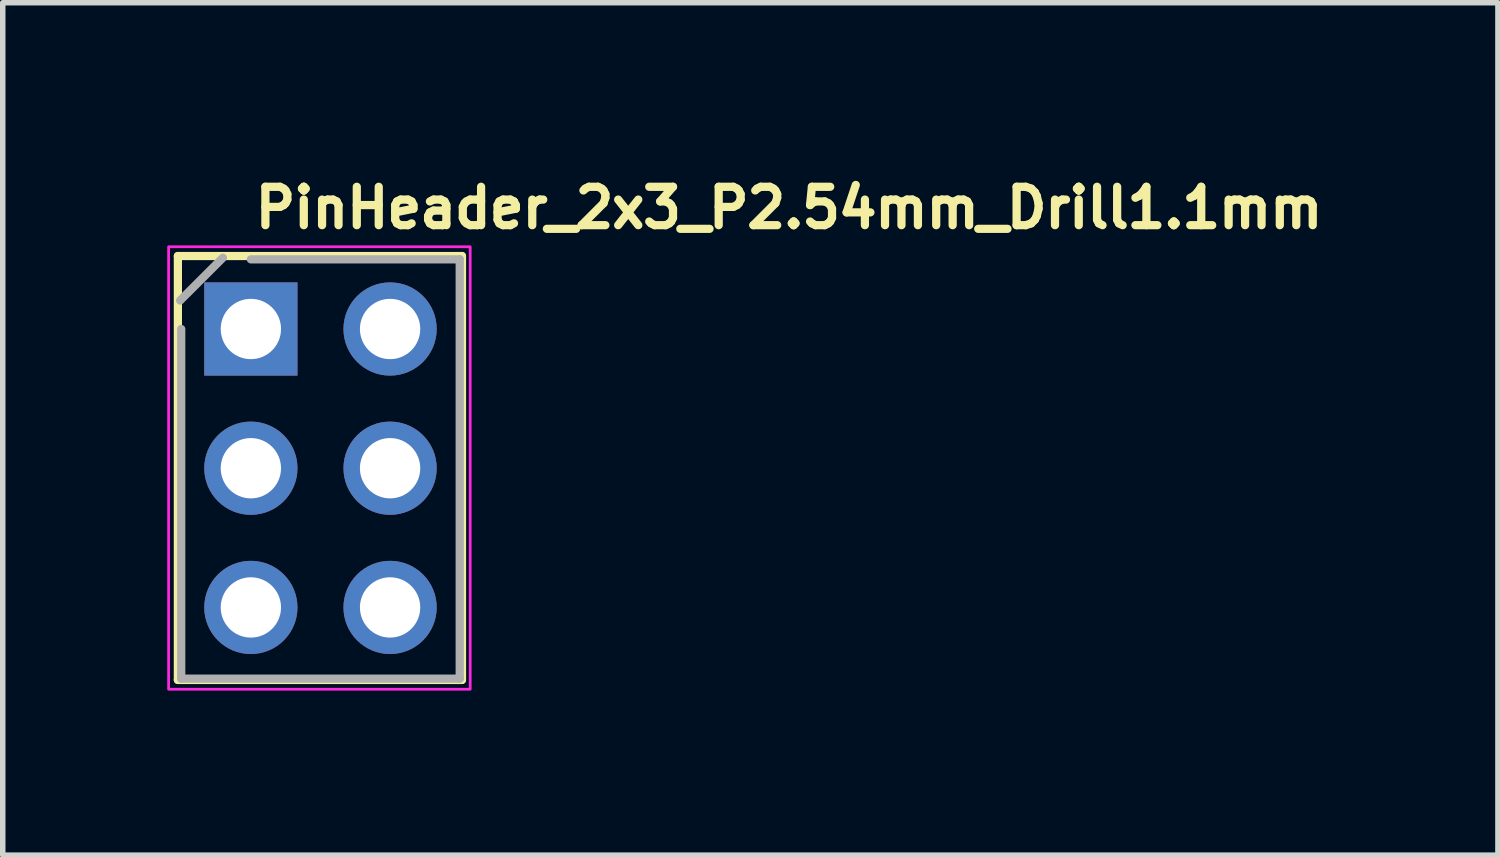
<source format=kicad_pcb>
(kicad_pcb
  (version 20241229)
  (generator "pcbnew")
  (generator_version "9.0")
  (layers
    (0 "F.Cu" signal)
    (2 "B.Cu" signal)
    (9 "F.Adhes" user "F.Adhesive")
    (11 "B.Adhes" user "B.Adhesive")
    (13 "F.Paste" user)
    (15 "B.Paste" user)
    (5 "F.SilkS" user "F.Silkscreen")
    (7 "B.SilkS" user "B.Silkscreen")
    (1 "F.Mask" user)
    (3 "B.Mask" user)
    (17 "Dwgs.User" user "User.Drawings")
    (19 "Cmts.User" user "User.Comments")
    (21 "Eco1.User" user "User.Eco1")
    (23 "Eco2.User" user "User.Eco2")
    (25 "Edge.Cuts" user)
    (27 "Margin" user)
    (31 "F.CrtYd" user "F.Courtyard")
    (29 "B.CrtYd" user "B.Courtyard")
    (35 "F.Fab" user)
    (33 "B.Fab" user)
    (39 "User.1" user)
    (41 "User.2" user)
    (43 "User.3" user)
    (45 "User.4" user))
  (footprint "PinHeader_2x3_P2.54mm_Drill1.1mm"
    (layer "F.Cu")
    (at 1.525 2.95)
    (property "Reference" "PinHeader_2x3_P2.54mm_Drill1.1mm" (at 0 -1.8 0) (layer "F.SilkS") (effects (font (size 0.7 0.7) (thickness 0.15)) (justify left bottom)))
    (attr through_hole)
    (fp_line (start -1.331 -1.331) (end -1.331 6.4) (stroke (width 0.15) (type solid)) (layer "F.SilkS"))
    (fp_line (start -1.331 -1.331) (end 3.85 -1.331) (stroke (width 0.15) (type solid)) (layer "F.SilkS"))
    (fp_line (start -1.331 6.4) (end 3.85 6.4) (stroke (width 0.15) (type solid)) (layer "F.SilkS"))
    (fp_line (start 3.85 -1.331) (end 3.85 6.4) (stroke (width 0.15) (type solid)) (layer "F.SilkS"))
    (fp_rect (start -1.5 -1.5) (end 4 6.57) (stroke (width 0.05) (type solid)) (fill no) (layer "F.CrtYd"))
    (fp_line (start -1.29 -0.52) (end -0.51 -1.3) (stroke (width 0.15) (type solid)) (layer "F.Fab"))
    (fp_line (start -1.27 6.376) (end -1.27 0) (stroke (width 0.15) (type solid)) (layer "F.Fab"))
    (fp_line (start 0 -1.27) (end 3.809 -1.27) (stroke (width 0.15) (type solid)) (layer "F.Fab"))
    (fp_line (start 3.809 -1.27) (end 3.809 6.376) (stroke (width 0.15) (type solid)) (layer "F.Fab"))
    (fp_line (start 3.809 6.376) (end -1.27 6.376) (stroke (width 0.15) (type solid)) (layer "F.Fab"))
    (fp_rect (start -1.281 -1.28) (end 3.797 6.339) (stroke (width 0.1) (type solid)) (fill no) (layer "User.5"))
    (fp_line (start -1.281 -1.031) (end -1.281 1.009) (stroke (width 0.02) (type solid)) (layer "User.9"))
    (fp_line (start -1.281 -1.031) (end -0.782 -1.28) (stroke (width 0.02) (type solid)) (layer "User.9"))
    (fp_line (start -1.281 1.509) (end -1.281 3.547) (stroke (width 0.02) (type solid)) (layer "User.9"))
    (fp_line (start -1.281 1.509) (end -0.782 1.259) (stroke (width 0.02) (type solid)) (layer "User.9"))
    (fp_line (start -1.281 4.049) (end -1.281 6.089) (stroke (width 0.02) (type solid)) (layer "User.9"))
    (fp_line (start -1.281 4.049) (end -0.782 3.797) (stroke (width 0.02) (type solid)) (layer "User.9"))
    (fp_line (start -0.782 1.259) (end -1.281 1.009) (stroke (width 0.02) (type solid)) (layer "User.9"))
    (fp_line (start -0.782 3.797) (end -1.281 3.547) (stroke (width 0.02) (type solid)) (layer "User.9"))
    (fp_line (start -0.782 6.339) (end -1.281 6.089) (stroke (width 0.02) (type solid)) (layer "User.9"))
    (fp_line (start -0.332 -0.333) (end 0.307 -0.333) (stroke (width 0.02) (type solid)) (layer "User.9"))
    (fp_line (start -0.332 0.308) (end -0.332 -0.333) (stroke (width 0.02) (type solid)) (layer "User.9"))
    (fp_line (start -0.332 0.308) (end -0.133 0.108) (stroke (width 0.02) (type solid)) (layer "User.9"))
    (fp_line (start -0.332 2.209) (end 0.307 2.209) (stroke (width 0.02) (type solid)) (layer "User.9"))
    (fp_line (start -0.332 2.849) (end -0.332 2.209) (stroke (width 0.02) (type solid)) (layer "User.9"))
    (fp_line (start -0.332 2.849) (end -0.133 2.648) (stroke (width 0.02) (type solid)) (layer "User.9"))
    (fp_line (start -0.332 4.748) (end 0.307 4.748) (stroke (width 0.02) (type solid)) (layer "User.9"))
    (fp_line (start -0.332 5.389) (end -0.332 4.748) (stroke (width 0.02) (type solid)) (layer "User.9"))
    (fp_line (start -0.332 5.389) (end -0.133 5.19) (stroke (width 0.02) (type solid)) (layer "User.9"))
    (fp_line (start -0.133 -0.133) (end -0.332 -0.333) (stroke (width 0.02) (type solid)) (layer "User.9"))
    (fp_line (start -0.133 -0.133) (end -0.133 0.108) (stroke (width 0.02) (type solid)) (layer "User.9"))
    (fp_line (start -0.133 0.108) (end 0.107 0.108) (stroke (width 0.02) (type solid)) (layer "User.9"))
    (fp_line (start -0.133 2.407) (end -0.332 2.209) (stroke (width 0.02) (type solid)) (layer "User.9"))
    (fp_line (start -0.133 2.407) (end -0.133 2.648) (stroke (width 0.02) (type solid)) (layer "User.9"))
    (fp_line (start -0.133 2.648) (end 0.107 2.648) (stroke (width 0.02) (type solid)) (layer "User.9"))
    (fp_line (start -0.133 4.95) (end -0.332 4.748) (stroke (width 0.02) (type solid)) (layer "User.9"))
    (fp_line (start -0.133 4.95) (end -0.133 5.19) (stroke (width 0.02) (type solid)) (layer "User.9"))
    (fp_line (start -0.133 5.19) (end 0.107 5.19) (stroke (width 0.02) (type solid)) (layer "User.9"))
    (fp_line (start 0.107 -0.133) (end -0.133 -0.133) (stroke (width 0.02) (type solid)) (layer "User.9"))
    (fp_line (start 0.107 -0.133) (end 0.307 -0.333) (stroke (width 0.02) (type solid)) (layer "User.9"))
    (fp_line (start 0.107 0.108) (end 0.107 -0.133) (stroke (width 0.02) (type solid)) (layer "User.9"))
    (fp_line (start 0.107 0.108) (end 0.307 0.308) (stroke (width 0.02) (type solid)) (layer "User.9"))
    (fp_line (start 0.107 2.407) (end -0.133 2.407) (stroke (width 0.02) (type solid)) (layer "User.9"))
    (fp_line (start 0.107 2.407) (end 0.307 2.209) (stroke (width 0.02) (type solid)) (layer "User.9"))
    (fp_line (start 0.107 2.648) (end 0.107 2.407) (stroke (width 0.02) (type solid)) (layer "User.9"))
    (fp_line (start 0.107 2.648) (end 0.307 2.849) (stroke (width 0.02) (type solid)) (layer "User.9"))
    (fp_line (start 0.107 4.95) (end -0.133 4.95) (stroke (width 0.02) (type solid)) (layer "User.9"))
    (fp_line (start 0.107 4.95) (end 0.307 4.748) (stroke (width 0.02) (type solid)) (layer "User.9"))
    (fp_line (start 0.107 5.19) (end 0.107 4.95) (stroke (width 0.02) (type solid)) (layer "User.9"))
    (fp_line (start 0.107 5.19) (end 0.307 5.389) (stroke (width 0.02) (type solid)) (layer "User.9"))
    (fp_line (start 0.307 -0.333) (end 0.307 0.308) (stroke (width 0.02) (type solid)) (layer "User.9"))
    (fp_line (start 0.307 0.308) (end -0.332 0.308) (stroke (width 0.02) (type solid)) (layer "User.9"))
    (fp_line (start 0.307 2.209) (end 0.307 2.849) (stroke (width 0.02) (type solid)) (layer "User.9"))
    (fp_line (start 0.307 2.849) (end -0.332 2.849) (stroke (width 0.02) (type solid)) (layer "User.9"))
    (fp_line (start 0.307 4.748) (end 0.307 5.389) (stroke (width 0.02) (type solid)) (layer "User.9"))
    (fp_line (start 0.307 5.389) (end -0.332 5.389) (stroke (width 0.02) (type solid)) (layer "User.9"))
    (fp_line (start 2.209 -0.333) (end 2.85 -0.333) (stroke (width 0.02) (type solid)) (layer "User.9"))
    (fp_line (start 2.209 0.308) (end 2.209 -0.333) (stroke (width 0.02) (type solid)) (layer "User.9"))
    (fp_line (start 2.209 0.308) (end 2.407 0.108) (stroke (width 0.02) (type solid)) (layer "User.9"))
    (fp_line (start 2.209 2.209) (end 2.85 2.209) (stroke (width 0.02) (type solid)) (layer "User.9"))
    (fp_line (start 2.209 2.849) (end 2.209 2.209) (stroke (width 0.02) (type solid)) (layer "User.9"))
    (fp_line (start 2.209 2.849) (end 2.407 2.648) (stroke (width 0.02) (type solid)) (layer "User.9"))
    (fp_line (start 2.209 4.748) (end 2.85 4.748) (stroke (width 0.02) (type solid)) (layer "User.9"))
    (fp_line (start 2.209 5.389) (end 2.209 4.748) (stroke (width 0.02) (type solid)) (layer "User.9"))
    (fp_line (start 2.209 5.389) (end 2.407 5.19) (stroke (width 0.02) (type solid)) (layer "User.9"))
    (fp_line (start 2.407 -0.133) (end 2.209 -0.333) (stroke (width 0.02) (type solid)) (layer "User.9"))
    (fp_line (start 2.407 -0.133) (end 2.407 0.108) (stroke (width 0.02) (type solid)) (layer "User.9"))
    (fp_line (start 2.407 0.108) (end 2.648 0.108) (stroke (width 0.02) (type solid)) (layer "User.9"))
    (fp_line (start 2.407 2.407) (end 2.209 2.209) (stroke (width 0.02) (type solid)) (layer "User.9"))
    (fp_line (start 2.407 2.407) (end 2.407 2.648) (stroke (width 0.02) (type solid)) (layer "User.9"))
    (fp_line (start 2.407 2.648) (end 2.648 2.648) (stroke (width 0.02) (type solid)) (layer "User.9"))
    (fp_line (start 2.407 4.95) (end 2.209 4.748) (stroke (width 0.02) (type solid)) (layer "User.9"))
    (fp_line (start 2.407 4.95) (end 2.407 5.19) (stroke (width 0.02) (type solid)) (layer "User.9"))
    (fp_line (start 2.407 5.19) (end 2.648 5.19) (stroke (width 0.02) (type solid)) (layer "User.9"))
    (fp_line (start 2.648 -0.133) (end 2.407 -0.133) (stroke (width 0.02) (type solid)) (layer "User.9"))
    (fp_line (start 2.648 -0.133) (end 2.85 -0.333) (stroke (width 0.02) (type solid)) (layer "User.9"))
    (fp_line (start 2.648 0.108) (end 2.648 -0.133) (stroke (width 0.02) (type solid)) (layer "User.9"))
    (fp_line (start 2.648 0.108) (end 2.85 0.308) (stroke (width 0.02) (type solid)) (layer "User.9"))
    (fp_line (start 2.648 2.407) (end 2.407 2.407) (stroke (width 0.02) (type solid)) (layer "User.9"))
    (fp_line (start 2.648 2.407) (end 2.85 2.209) (stroke (width 0.02) (type solid)) (layer "User.9"))
    (fp_line (start 2.648 2.648) (end 2.648 2.407) (stroke (width 0.02) (type solid)) (layer "User.9"))
    (fp_line (start 2.648 2.648) (end 2.85 2.849) (stroke (width 0.02) (type solid)) (layer "User.9"))
    (fp_line (start 2.648 4.95) (end 2.407 4.95) (stroke (width 0.02) (type solid)) (layer "User.9"))
    (fp_line (start 2.648 4.95) (end 2.85 4.748) (stroke (width 0.02) (type solid)) (layer "User.9"))
    (fp_line (start 2.648 5.19) (end 2.648 4.95) (stroke (width 0.02) (type solid)) (layer "User.9"))
    (fp_line (start 2.648 5.19) (end 2.85 5.389) (stroke (width 0.02) (type solid)) (layer "User.9"))
    (fp_line (start 2.85 -0.333) (end 2.85 0.308) (stroke (width 0.02) (type solid)) (layer "User.9"))
    (fp_line (start 2.85 0.308) (end 2.209 0.308) (stroke (width 0.02) (type solid)) (layer "User.9"))
    (fp_line (start 2.85 2.209) (end 2.85 2.849) (stroke (width 0.02) (type solid)) (layer "User.9"))
    (fp_line (start 2.85 2.849) (end 2.209 2.849) (stroke (width 0.02) (type solid)) (layer "User.9"))
    (fp_line (start 2.85 4.748) (end 2.85 5.389) (stroke (width 0.02) (type solid)) (layer "User.9"))
    (fp_line (start 2.85 5.389) (end 2.209 5.389) (stroke (width 0.02) (type solid)) (layer "User.9"))
    (fp_line (start 3.297 -1.28) (end -0.782 -1.28) (stroke (width 0.02) (type solid)) (layer "User.9"))
    (fp_line (start 3.297 1.259) (end 3.797 1.009) (stroke (width 0.02) (type solid)) (layer "User.9"))
    (fp_line (start 3.297 3.797) (end 3.797 3.547) (stroke (width 0.02) (type solid)) (layer "User.9"))
    (fp_line (start 3.297 6.339) (end -0.782 6.339) (stroke (width 0.02) (type solid)) (layer "User.9"))
    (fp_line (start 3.297 6.339) (end 3.797 6.089) (stroke (width 0.02) (type solid)) (layer "User.9"))
    (fp_line (start 3.797 -1.031) (end 3.297 -1.28) (stroke (width 0.02) (type solid)) (layer "User.9"))
    (fp_line (start 3.797 -1.031) (end 3.797 1.009) (stroke (width 0.02) (type solid)) (layer "User.9"))
    (fp_line (start 3.797 1.509) (end 3.297 1.259) (stroke (width 0.02) (type solid)) (layer "User.9"))
    (fp_line (start 3.797 1.509) (end 3.797 3.547) (stroke (width 0.02) (type solid)) (layer "User.9"))
    (fp_line (start 3.797 4.049) (end 3.297 3.797) (stroke (width 0.02) (type solid)) (layer "User.9"))
    (fp_line (start 3.797 4.049) (end 3.797 6.089) (stroke (width 0.02) (type solid)) (layer "User.9"))
    (pad "1" thru_hole rect (at 0 0) (size 1.7 1.7) (drill 1.1) (layers "*.Cu" "*.Mask"))
    (pad "2" thru_hole oval (at 2.539 0) (size 1.7 1.7) (drill 1.1) (layers "*.Cu" "*.Mask"))
    (pad "3" thru_hole oval (at 0 2.539) (size 1.7 1.7) (drill 1.1) (layers "*.Cu" "*.Mask"))
    (pad "4" thru_hole oval (at 2.539 2.539) (size 1.7 1.7) (drill 1.1) (layers "*.Cu" "*.Mask"))
    (pad "5" thru_hole oval (at 0 5.078) (size 1.7 1.7) (drill 1.1) (layers "*.Cu" "*.Mask"))
    (pad "6" thru_hole oval (at 2.539 5.078) (size 1.7 1.7) (drill 1.1) (layers "*.Cu" "*.Mask")))
  (gr_rect
    (start -3 -3)
    (end 24.268 12.545)
    (stroke (width 0.1) (type default))
    (fill no)
    (layer "Edge.Cuts")))
</source>
